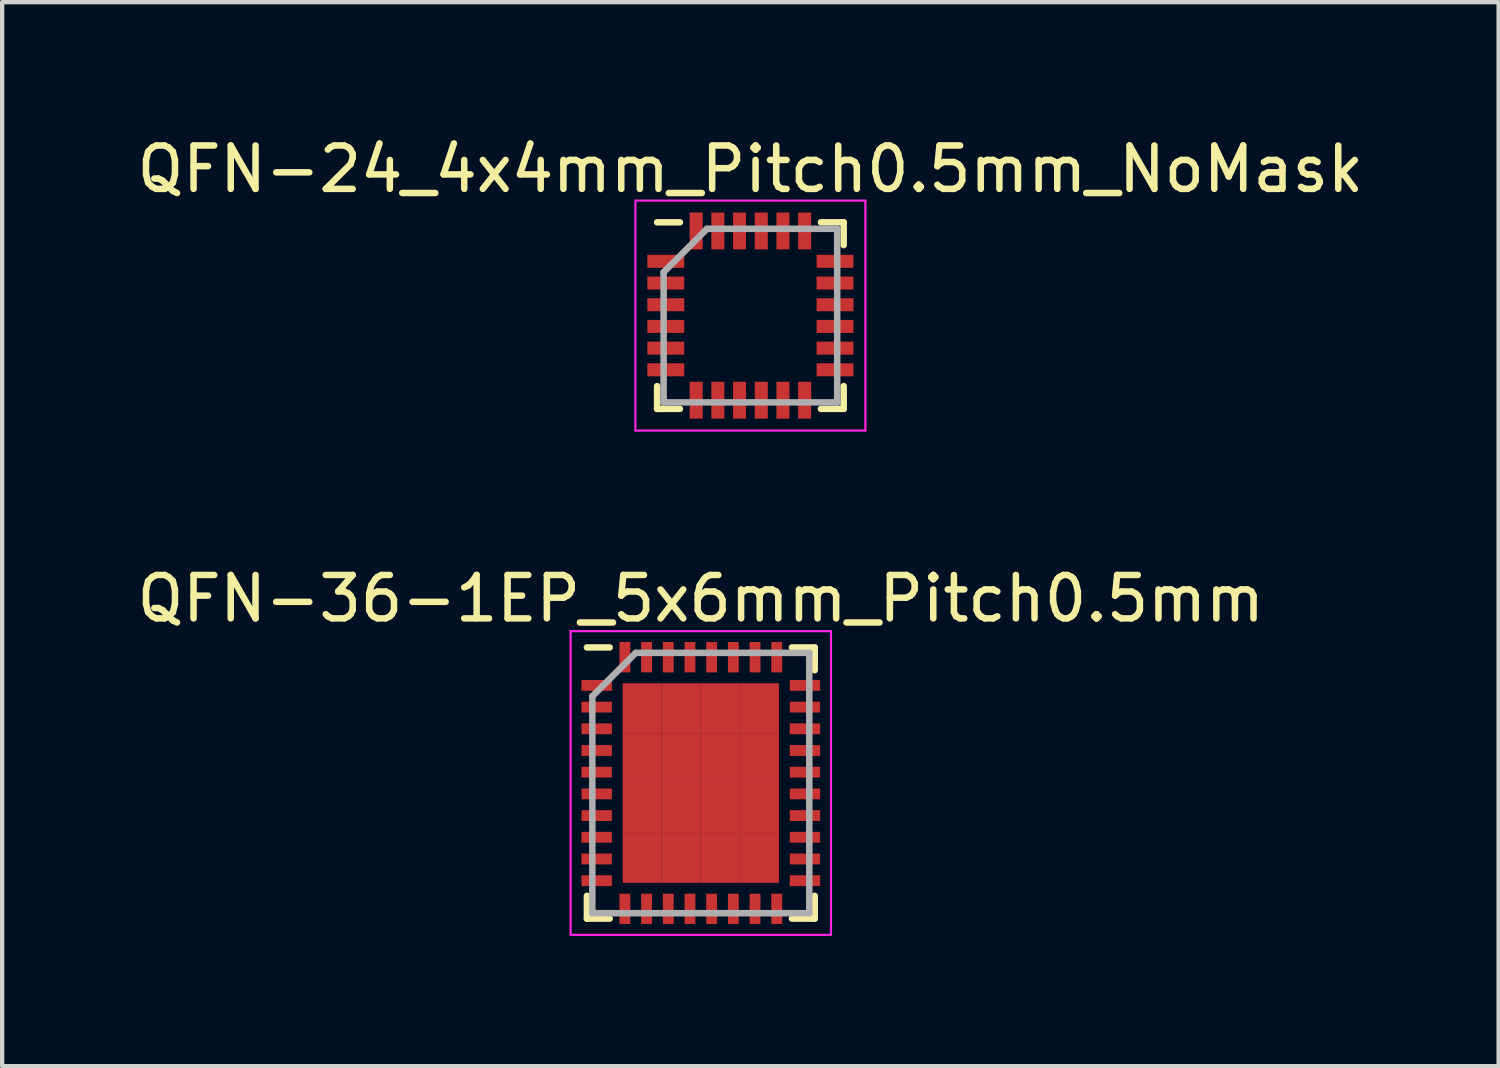
<source format=kicad_pcb>
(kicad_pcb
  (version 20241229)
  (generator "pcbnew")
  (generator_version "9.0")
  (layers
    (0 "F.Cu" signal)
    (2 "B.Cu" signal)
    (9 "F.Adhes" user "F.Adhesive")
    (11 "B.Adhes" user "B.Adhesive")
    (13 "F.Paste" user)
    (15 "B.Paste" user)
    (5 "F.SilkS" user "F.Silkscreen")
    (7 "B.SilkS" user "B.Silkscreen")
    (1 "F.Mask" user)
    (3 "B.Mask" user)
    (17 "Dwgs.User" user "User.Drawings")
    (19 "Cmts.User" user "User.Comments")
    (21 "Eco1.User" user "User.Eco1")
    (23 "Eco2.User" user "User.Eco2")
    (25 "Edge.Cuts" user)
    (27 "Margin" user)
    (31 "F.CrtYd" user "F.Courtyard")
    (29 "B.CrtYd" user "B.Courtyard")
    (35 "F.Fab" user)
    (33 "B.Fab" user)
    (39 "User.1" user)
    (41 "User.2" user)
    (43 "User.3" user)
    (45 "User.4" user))
  (footprint "QFN-24_4x4mm_Pitch0.5mm_NoMask"
    (layer "F.Cu")
    (at 14.244 4.223)
    (property "Reference" "QFN-24_4x4mm_Pitch0.5mm_NoMask" (at 0 -3.375 0) (layer "F.SilkS") (effects (font (size 1 1) (thickness 0.15))))
    (attr smd)
    (fp_line (start -2.15 -2.15) (end -1.625 -2.15) (stroke (width 0.15) (type solid)) (layer "F.SilkS"))
    (fp_line (start -2.15 2.15) (end -2.15 1.625) (stroke (width 0.15) (type solid)) (layer "F.SilkS"))
    (fp_line (start -2.15 2.15) (end -1.625 2.15) (stroke (width 0.15) (type solid)) (layer "F.SilkS"))
    (fp_line (start 2.15 -2.15) (end 1.625 -2.15) (stroke (width 0.15) (type solid)) (layer "F.SilkS"))
    (fp_line (start 2.15 -2.15) (end 2.15 -1.625) (stroke (width 0.15) (type solid)) (layer "F.SilkS"))
    (fp_line (start 2.15 2.15) (end 1.625 2.15) (stroke (width 0.15) (type solid)) (layer "F.SilkS"))
    (fp_line (start 2.15 2.15) (end 2.15 1.625) (stroke (width 0.15) (type solid)) (layer "F.SilkS"))
    (fp_line (start -2.65 -2.65) (end -2.65 2.65) (stroke (width 0.05) (type solid)) (layer "F.CrtYd"))
    (fp_line (start -2.65 -2.65) (end 2.65 -2.65) (stroke (width 0.05) (type solid)) (layer "F.CrtYd"))
    (fp_line (start -2.65 2.65) (end 2.65 2.65) (stroke (width 0.05) (type solid)) (layer "F.CrtYd"))
    (fp_line (start 2.65 -2.65) (end 2.65 2.65) (stroke (width 0.05) (type solid)) (layer "F.CrtYd"))
    (fp_line (start -2 -1) (end -1 -2) (stroke (width 0.15) (type solid)) (layer "F.Fab"))
    (fp_line (start -2 2) (end -2 -1) (stroke (width 0.15) (type solid)) (layer "F.Fab"))
    (fp_line (start -1 -2) (end 2 -2) (stroke (width 0.15) (type solid)) (layer "F.Fab"))
    (fp_line (start 2 -2) (end 2 2) (stroke (width 0.15) (type solid)) (layer "F.Fab"))
    (fp_line (start 2 2) (end -2 2) (stroke (width 0.15) (type solid)) (layer "F.Fab"))
    (pad "" smd rect (at 0 0) (size 2.6 2.6) (layers "F.Mask"))
    (pad "1" smd rect (at -1.95 -1.25) (size 0.85 0.3) (layers "F.Cu" "F.Mask" "F.Paste"))
    (pad "2" smd rect (at -1.95 -0.75) (size 0.85 0.3) (layers "F.Cu" "F.Mask" "F.Paste"))
    (pad "3" smd rect (at -1.95 -0.25) (size 0.85 0.3) (layers "F.Cu" "F.Mask" "F.Paste"))
    (pad "4" smd rect (at -1.95 0.25) (size 0.85 0.3) (layers "F.Cu" "F.Mask" "F.Paste"))
    (pad "5" smd rect (at -1.95 0.75) (size 0.85 0.3) (layers "F.Cu" "F.Mask" "F.Paste"))
    (pad "6" smd rect (at -1.95 1.25) (size 0.85 0.3) (layers "F.Cu" "F.Mask" "F.Paste"))
    (pad "7" smd rect (at -1.25 1.95 90) (size 0.85 0.3) (layers "F.Cu" "F.Mask" "F.Paste"))
    (pad "8" smd rect (at -0.75 1.95 90) (size 0.85 0.3) (layers "F.Cu" "F.Mask" "F.Paste"))
    (pad "9" smd rect (at -0.25 1.95 90) (size 0.85 0.3) (layers "F.Cu" "F.Mask" "F.Paste"))
    (pad "10" smd rect (at 0.25 1.95 90) (size 0.85 0.3) (layers "F.Cu" "F.Mask" "F.Paste"))
    (pad "11" smd rect (at 0.75 1.95 90) (size 0.85 0.3) (layers "F.Cu" "F.Mask" "F.Paste"))
    (pad "12" smd rect (at 1.25 1.95 90) (size 0.85 0.3) (layers "F.Cu" "F.Mask" "F.Paste"))
    (pad "13" smd rect (at 1.95 1.25) (size 0.85 0.3) (layers "F.Cu" "F.Mask" "F.Paste"))
    (pad "14" smd rect (at 1.95 0.75) (size 0.85 0.3) (layers "F.Cu" "F.Mask" "F.Paste"))
    (pad "15" smd rect (at 1.95 0.25) (size 0.85 0.3) (layers "F.Cu" "F.Mask" "F.Paste"))
    (pad "16" smd rect (at 1.95 -0.25) (size 0.85 0.3) (layers "F.Cu" "F.Mask" "F.Paste"))
    (pad "17" smd rect (at 1.95 -0.75) (size 0.85 0.3) (layers "F.Cu" "F.Mask" "F.Paste"))
    (pad "18" smd rect (at 1.95 -1.25) (size 0.85 0.3) (layers "F.Cu" "F.Mask" "F.Paste"))
    (pad "19" smd rect (at 1.25 -1.95 90) (size 0.85 0.3) (layers "F.Cu" "F.Mask" "F.Paste"))
    (pad "20" smd rect (at 0.75 -1.95 90) (size 0.85 0.3) (layers "F.Cu" "F.Mask" "F.Paste"))
    (pad "21" smd rect (at 0.25 -1.95 90) (size 0.85 0.3) (layers "F.Cu" "F.Mask" "F.Paste"))
    (pad "22" smd rect (at -0.25 -1.95 90) (size 0.85 0.3) (layers "F.Cu" "F.Mask" "F.Paste"))
    (pad "23" smd rect (at -0.75 -1.95 90) (size 0.85 0.3) (layers "F.Cu" "F.Mask" "F.Paste"))
    (pad "24" smd rect (at -1.25 -1.95 90) (size 0.85 0.3) (layers "F.Cu" "F.Mask" "F.Paste")))
  (footprint "QFN-36-1EP_5x6mm_Pitch0.5mm"
    (layer "F.Cu")
    (at 13.101 14.996)
    (property "Reference" "QFN-36-1EP_5x6mm_Pitch0.5mm" (at 0 -4.25 0) (layer "F.SilkS") (effects (font (size 1 1) (thickness 0.15))))
    (attr smd)
    (fp_line (start -2.625 -3.125) (end -2.1 -3.125) (stroke (width 0.15) (type solid)) (layer "F.SilkS"))
    (fp_line (start -2.625 3.125) (end -2.625 2.6) (stroke (width 0.15) (type solid)) (layer "F.SilkS"))
    (fp_line (start -2.625 3.125) (end -2.1 3.125) (stroke (width 0.15) (type solid)) (layer "F.SilkS"))
    (fp_line (start 2.625 -3.125) (end 2.1 -3.125) (stroke (width 0.15) (type solid)) (layer "F.SilkS"))
    (fp_line (start 2.625 -3.125) (end 2.625 -2.6) (stroke (width 0.15) (type solid)) (layer "F.SilkS"))
    (fp_line (start 2.625 3.125) (end 2.1 3.125) (stroke (width 0.15) (type solid)) (layer "F.SilkS"))
    (fp_line (start 2.625 3.125) (end 2.625 2.6) (stroke (width 0.15) (type solid)) (layer "F.SilkS"))
    (fp_line (start -3 -3.5) (end -3 3.5) (stroke (width 0.05) (type solid)) (layer "F.CrtYd"))
    (fp_line (start -3 -3.5) (end 3 -3.5) (stroke (width 0.05) (type solid)) (layer "F.CrtYd"))
    (fp_line (start -3 3.5) (end 3 3.5) (stroke (width 0.05) (type solid)) (layer "F.CrtYd"))
    (fp_line (start 3 -3.5) (end 3 3.5) (stroke (width 0.05) (type solid)) (layer "F.CrtYd"))
    (fp_line (start -2.5 -2) (end -1.5 -3) (stroke (width 0.15) (type solid)) (layer "F.Fab"))
    (fp_line (start -2.5 3) (end -2.5 -2) (stroke (width 0.15) (type solid)) (layer "F.Fab"))
    (fp_line (start -1.5 -3) (end 2.5 -3) (stroke (width 0.15) (type solid)) (layer "F.Fab"))
    (fp_line (start 2.5 -3) (end 2.5 3) (stroke (width 0.15) (type solid)) (layer "F.Fab"))
    (fp_line (start 2.5 3) (end -2.5 3) (stroke (width 0.15) (type solid)) (layer "F.Fab"))
    (pad "1" smd rect (at -2.4 -2.25) (size 0.7 0.25) (layers "F.Cu" "F.Mask" "F.Paste"))
    (pad "2" smd rect (at -2.4 -1.75) (size 0.7 0.25) (layers "F.Cu" "F.Mask" "F.Paste"))
    (pad "3" smd rect (at -2.4 -1.25) (size 0.7 0.25) (layers "F.Cu" "F.Mask" "F.Paste"))
    (pad "4" smd rect (at -2.4 -0.75) (size 0.7 0.25) (layers "F.Cu" "F.Mask" "F.Paste"))
    (pad "5" smd rect (at -2.4 -0.25) (size 0.7 0.25) (layers "F.Cu" "F.Mask" "F.Paste"))
    (pad "6" smd rect (at -2.4 0.25) (size 0.7 0.25) (layers "F.Cu" "F.Mask" "F.Paste"))
    (pad "7" smd rect (at -2.4 0.75) (size 0.7 0.25) (layers "F.Cu" "F.Mask" "F.Paste"))
    (pad "8" smd rect (at -2.4 1.25) (size 0.7 0.25) (layers "F.Cu" "F.Mask" "F.Paste"))
    (pad "9" smd rect (at -2.4 1.75) (size 0.7 0.25) (layers "F.Cu" "F.Mask" "F.Paste"))
    (pad "10" smd rect (at -2.4 2.25) (size 0.7 0.25) (layers "F.Cu" "F.Mask" "F.Paste"))
    (pad "11" smd rect (at -1.75 2.9 90) (size 0.7 0.25) (layers "F.Cu" "F.Mask" "F.Paste"))
    (pad "12" smd rect (at -1.25 2.9 90) (size 0.7 0.25) (layers "F.Cu" "F.Mask" "F.Paste"))
    (pad "13" smd rect (at -0.75 2.9 90) (size 0.7 0.25) (layers "F.Cu" "F.Mask" "F.Paste"))
    (pad "14" smd rect (at -0.25 2.9 90) (size 0.7 0.25) (layers "F.Cu" "F.Mask" "F.Paste"))
    (pad "15" smd rect (at 0.25 2.9 90) (size 0.7 0.25) (layers "F.Cu" "F.Mask" "F.Paste"))
    (pad "16" smd rect (at 0.75 2.9 90) (size 0.7 0.25) (layers "F.Cu" "F.Mask" "F.Paste"))
    (pad "17" smd rect (at 1.25 2.9 90) (size 0.7 0.25) (layers "F.Cu" "F.Mask" "F.Paste"))
    (pad "18" smd rect (at 1.75 2.9 90) (size 0.7 0.25) (layers "F.Cu" "F.Mask" "F.Paste"))
    (pad "19" smd rect (at 2.4 2.25) (size 0.7 0.25) (layers "F.Cu" "F.Mask" "F.Paste"))
    (pad "20" smd rect (at 2.4 1.75) (size 0.7 0.25) (layers "F.Cu" "F.Mask" "F.Paste"))
    (pad "21" smd rect (at 2.4 1.25) (size 0.7 0.25) (layers "F.Cu" "F.Mask" "F.Paste"))
    (pad "22" smd rect (at 2.4 0.75) (size 0.7 0.25) (layers "F.Cu" "F.Mask" "F.Paste"))
    (pad "23" smd rect (at 2.4 0.25) (size 0.7 0.25) (layers "F.Cu" "F.Mask" "F.Paste"))
    (pad "24" smd rect (at 2.4 -0.25) (size 0.7 0.25) (layers "F.Cu" "F.Mask" "F.Paste"))
    (pad "25" smd rect (at 2.4 -0.75) (size 0.7 0.25) (layers "F.Cu" "F.Mask" "F.Paste"))
    (pad "26" smd rect (at 2.4 -1.25) (size 0.7 0.25) (layers "F.Cu" "F.Mask" "F.Paste"))
    (pad "27" smd rect (at 2.4 -1.75) (size 0.7 0.25) (layers "F.Cu" "F.Mask" "F.Paste"))
    (pad "28" smd rect (at 2.4 -2.25) (size 0.7 0.25) (layers "F.Cu" "F.Mask" "F.Paste"))
    (pad "29" smd rect (at 1.75 -2.9 90) (size 0.7 0.25) (layers "F.Cu" "F.Mask" "F.Paste"))
    (pad "30" smd rect (at 1.25 -2.9 90) (size 0.7 0.25) (layers "F.Cu" "F.Mask" "F.Paste"))
    (pad "31" smd rect (at 0.75 -2.9 90) (size 0.7 0.25) (layers "F.Cu" "F.Mask" "F.Paste"))
    (pad "32" smd rect (at 0.25 -2.9 90) (size 0.7 0.25) (layers "F.Cu" "F.Mask" "F.Paste"))
    (pad "33" smd rect (at -0.25 -2.9 90) (size 0.7 0.25) (layers "F.Cu" "F.Mask" "F.Paste"))
    (pad "34" smd rect (at -0.75 -2.9 90) (size 0.7 0.25) (layers "F.Cu" "F.Mask" "F.Paste"))
    (pad "35" smd rect (at -1.25 -2.9 90) (size 0.7 0.25) (layers "F.Cu" "F.Mask" "F.Paste"))
    (pad "36" smd rect (at -1.75 -2.9 90) (size 0.7 0.25) (layers "F.Cu" "F.Mask" "F.Paste"))
    (pad "37" smd rect (at -1.35 -1.725) (size 0.9 1.15) (layers "F.Cu" "F.Mask" "F.Paste"))
    (pad "37" smd rect (at -1.35 -0.575) (size 0.9 1.15) (layers "F.Cu" "F.Mask" "F.Paste"))
    (pad "37" smd rect (at -1.35 0.575) (size 0.9 1.15) (layers "F.Cu" "F.Mask" "F.Paste"))
    (pad "37" smd rect (at -1.35 1.725) (size 0.9 1.15) (layers "F.Cu" "F.Mask" "F.Paste"))
    (pad "37" smd rect (at -0.45 -1.725) (size 0.9 1.15) (layers "F.Cu" "F.Mask" "F.Paste"))
    (pad "37" smd rect (at -0.45 -0.575) (size 0.9 1.15) (layers "F.Cu" "F.Mask" "F.Paste"))
    (pad "37" smd rect (at -0.45 0.575) (size 0.9 1.15) (layers "F.Cu" "F.Mask" "F.Paste"))
    (pad "37" smd rect (at -0.45 1.725) (size 0.9 1.15) (layers "F.Cu" "F.Mask" "F.Paste"))
    (pad "37" smd rect (at 0.45 -1.725) (size 0.9 1.15) (layers "F.Cu" "F.Mask" "F.Paste"))
    (pad "37" smd rect (at 0.45 -0.575) (size 0.9 1.15) (layers "F.Cu" "F.Mask" "F.Paste"))
    (pad "37" smd rect (at 0.45 0.575) (size 0.9 1.15) (layers "F.Cu" "F.Mask" "F.Paste"))
    (pad "37" smd rect (at 0.45 1.725) (size 0.9 1.15) (layers "F.Cu" "F.Mask" "F.Paste"))
    (pad "37" smd rect (at 1.35 -1.725) (size 0.9 1.15) (layers "F.Cu" "F.Mask" "F.Paste"))
    (pad "37" smd rect (at 1.35 -0.575) (size 0.9 1.15) (layers "F.Cu" "F.Mask" "F.Paste"))
    (pad "37" smd rect (at 1.35 0.575) (size 0.9 1.15) (layers "F.Cu" "F.Mask" "F.Paste"))
    (pad "37" smd rect (at 1.35 1.725) (size 0.9 1.15) (layers "F.Cu" "F.Mask" "F.Paste")))
  (gr_rect
    (start -3 -3)
    (end 31.488 21.521)
    (stroke (width 0.1) (type default))
    (fill no)
    (layer "Edge.Cuts")))
</source>
